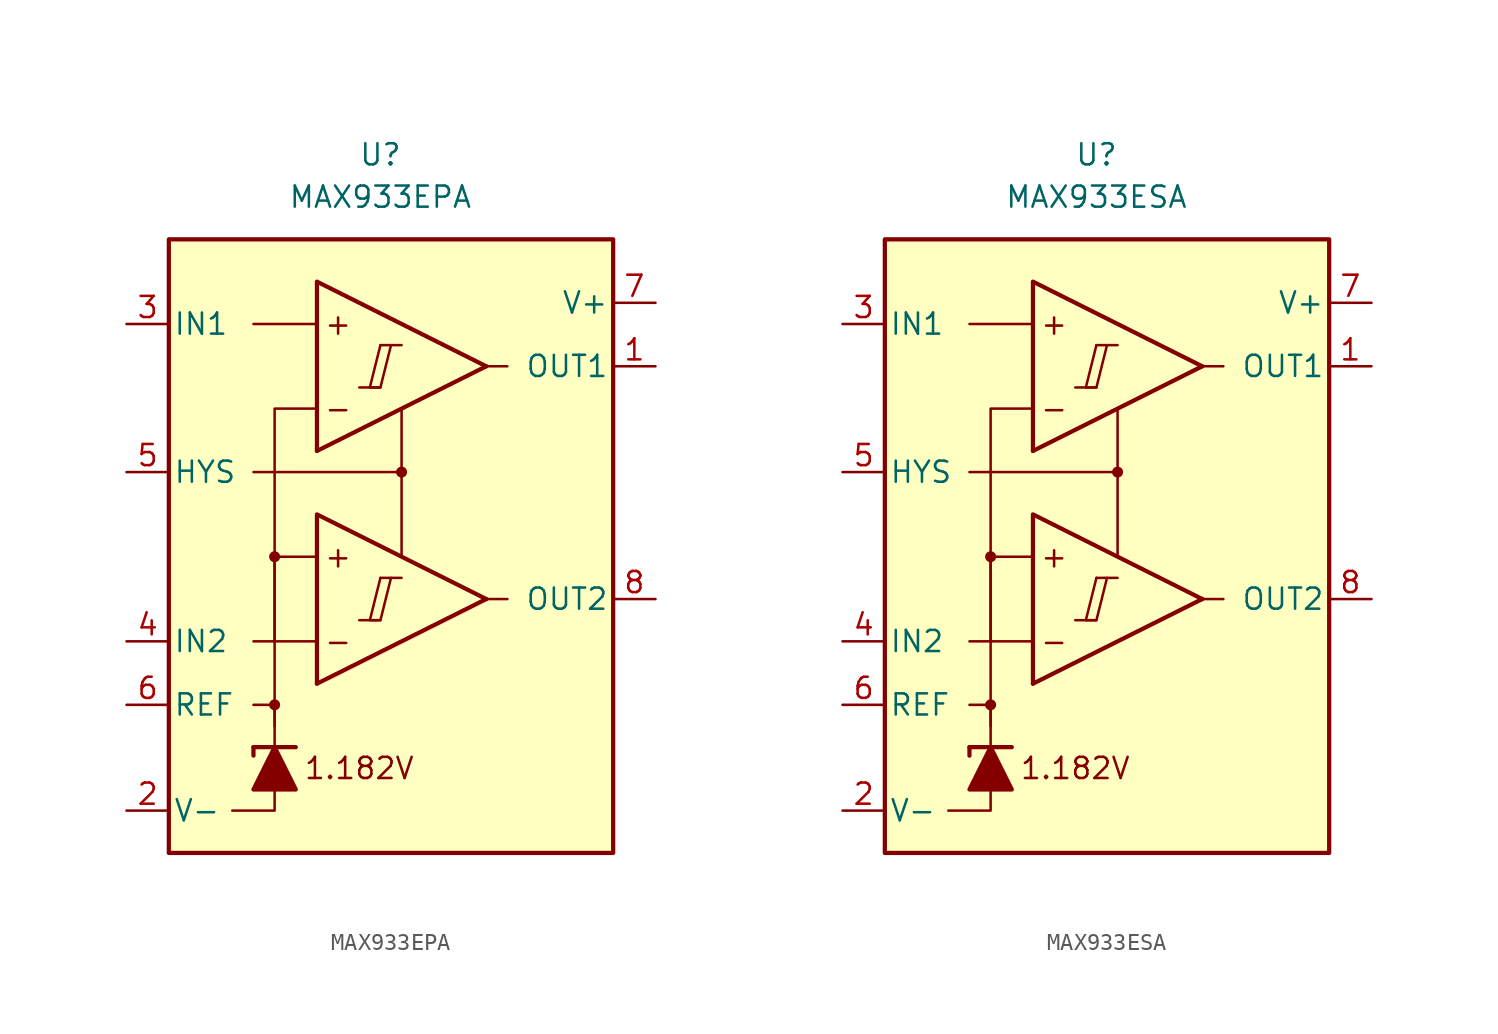
<source format=kicad_sym>
(kicad_symbol_lib
  (version 20211014)
  (generator kicad_symbol_editor)
  (symbol "MAX933EPA"
    (pin_names
      (offset 0.254))
    (property "Reference" "U"
      (at -1.27 22.86 0)
      (effects (font (size 1.27 1.27))))
    (property "Value" "MAX933EPA"
      (at -1.27 20.32 0)
      (effects (font (size 1.27 1.27))))
    (symbol "MAX933EPA_0_0"
      (rectangle (start -13.97 17.78) (end 12.7 -19.05) (stroke (width 0.254) (type default) (color 0 0 0 0)) (fill (type background)))
      (circle (center -7.62 -10.16) (radius 0.254) (stroke (width 0.152) (type default) (color 0 0 0 0)) (fill (type outline)))
      (circle (center -7.62 -1.27) (radius 0.254) (stroke (width 0.152) (type default) (color 0 0 0 0)) (fill (type outline)))
      (polyline (pts (xy -2.54 -5.08) (xy -1.27 -5.08)) (stroke (width 0.152) (type default) (color 0 0 0 0)) (fill (type none)))
      (polyline (pts (xy -2.54 8.89) (xy -1.27 8.89)) (stroke (width 0.152) (type default) (color 0 0 0 0)) (fill (type none)))
      (polyline (pts (xy -1.27 -2.54) (xy 0 -2.54)) (stroke (width 0.152) (type default) (color 0 0 0 0)) (fill (type none)))
      (polyline (pts (xy -1.27 11.43) (xy 0 11.43)) (stroke (width 0.152) (type default) (color 0 0 0 0)) (fill (type none)))
      (polyline (pts (xy 5.08 -3.81) (xy -5.08 -8.89)) (stroke (width 0.254) (type default) (color 0 0 0 0)) (fill (type none)))
      (polyline (pts (xy 5.08 10.16) (xy -5.08 5.08)) (stroke (width 0.254) (type default) (color 0 0 0 0)) (fill (type none)))
      (polyline (pts (xy 5.08 -3.81) (xy -5.08 1.27) (xy -5.08 -8.89)) (stroke (width 0.254) (type default) (color 0 0 0 0)) (fill (type background)))
      (polyline (pts (xy 5.08 10.16) (xy -5.08 15.24) (xy -5.08 5.08)) (stroke (width 0.254) (type default) (color 0 0 0 0)) (fill (type background)))
      (polyline (pts (xy -1.27 -2.54) (xy -1.905 -5.08) (xy -1.27 -5.08) (xy -0.635 -2.54)) (stroke (width 0.152) (type default) (color 0 0 0 0)) (fill (type none)))
      (polyline (pts (xy -1.27 11.43) (xy -1.905 8.89) (xy -1.27 8.89) (xy -0.635 11.43)) (stroke (width 0.152) (type default) (color 0 0 0 0)) (fill (type none)))
      (circle (center 0 3.81) (radius 0.254) (stroke (width 0.152) (type default) (color 0 0 0 0)) (fill (type outline)))
      (text "+" (at -3.81 -1.27 0) (effects (font (size 1.27 1.27))))
      (text "+" (at -3.81 12.7 0) (effects (font (size 1.27 1.27))))
      (text "-" (at -3.81 -6.35 0) (effects (font (size 1.27 1.27))))
      (text "-" (at -3.81 7.62 0) (effects (font (size 1.27 1.27))))
      (text "1.182V" (at -2.54 -13.97 0) (effects (font (size 1.27 1.27)))))
    (symbol "MAX933EPA_0_1"
      (polyline (pts (xy -8.89 -12.7) (xy -8.89 -13.208)) (stroke (width 0.254) (type default) (color 0 0 0 0)) (fill (type none)))
      (polyline (pts (xy -8.89 -12.7) (xy -6.35 -12.7)) (stroke (width 0.254) (type default) (color 0 0 0 0)) (fill (type none)))
      (polyline (pts (xy -5.08 -6.35) (xy -8.89 -6.35)) (stroke (width 0) (type default) (color 0 0 0 0)) (fill (type none)))
      (polyline (pts (xy -5.08 12.7) (xy -8.89 12.7)) (stroke (width 0) (type default) (color 0 0 0 0)) (fill (type none)))
      (polyline (pts (xy 0 3.81) (xy 0 -1.27)) (stroke (width 0) (type default) (color 0 0 0 0)) (fill (type none)))
      (polyline (pts (xy 5.08 -3.81) (xy 6.35 -3.81)) (stroke (width 0) (type default) (color 0 0 0 0)) (fill (type none)))
      (polyline (pts (xy 5.08 10.16) (xy 6.35 10.16)) (stroke (width 0) (type default) (color 0 0 0 0)) (fill (type none)))
      (polyline (pts (xy -7.62 -15.24) (xy -7.62 -16.51) (xy -10.16 -16.51)) (stroke (width 0) (type default) (color 0 0 0 0)) (fill (type none)))
      (polyline (pts (xy -7.62 -12.7) (xy -7.62 -10.16) (xy -8.89 -10.16)) (stroke (width 0) (type default) (color 0 0 0 0)) (fill (type none)))
      (polyline (pts (xy -7.62 -11.43) (xy -7.62 -1.27) (xy -5.08 -1.27)) (stroke (width 0) (type default) (color 0 0 0 0)) (fill (type none)))
      (polyline (pts (xy -7.62 -6.35) (xy -7.62 7.62) (xy -5.08 7.62)) (stroke (width 0) (type default) (color 0 0 0 0)) (fill (type none)))
      (polyline (pts (xy 0 7.62) (xy 0 3.81) (xy -8.89 3.81)) (stroke (width 0) (type default) (color 0 0 0 0)) (fill (type none)))
      (polyline (pts (xy -6.35 -15.24) (xy -8.89 -15.24) (xy -7.62 -12.7) (xy -6.35 -15.24)) (stroke (width 0.254) (type default) (color 0 0 0 0)) (fill (type outline))))
    (symbol "MAX933EPA_1_1"
      (pin output line (at 15.24 10.16 180) (length 2.54) (name "OUT1" (effects (font (size 1.27 1.27)))) (number "1" (effects (font (size 1.27 1.27)))))
      (pin power_in line (at -16.51 -16.51 0) (length 2.54) (name "V-" (effects (font (size 1.27 1.27)))) (number "2" (effects (font (size 1.27 1.27)))))
      (pin input line (at -16.51 12.7 0) (length 2.54) (name "IN1" (effects (font (size 1.27 1.27)))) (number "3" (effects (font (size 1.27 1.27)))))
      (pin input line (at -16.51 -6.35 0) (length 2.54) (name "IN2" (effects (font (size 1.27 1.27)))) (number "4" (effects (font (size 1.27 1.27)))))
      (pin input line (at -16.51 3.81 0) (length 2.54) (name "HYS" (effects (font (size 1.27 1.27)))) (number "5" (effects (font (size 1.27 1.27)))))
      (pin output line (at -16.51 -10.16 0) (length 2.54) (name "REF" (effects (font (size 1.27 1.27)))) (number "6" (effects (font (size 1.27 1.27)))))
      (pin power_in line (at 15.24 13.97 180) (length 2.54) (name "V+" (effects (font (size 1.27 1.27)))) (number "7" (effects (font (size 1.27 1.27)))))
      (pin output line (at 15.24 -3.81 180) (length 2.54) (name "OUT2" (effects (font (size 1.27 1.27)))) (number "8" (effects (font (size 1.27 1.27)))))))
  (symbol "MAX933ESA"
    (pin_names
      (offset 0.254))
    (property "Reference" "U"
      (at -1.27 22.86 0)
      (effects (font (size 1.27 1.27))))
    (property "Value" "MAX933ESA"
      (at -1.27 20.32 0)
      (effects (font (size 1.27 1.27))))
    (symbol "MAX933ESA_0_0"
      (rectangle (start -13.97 17.78) (end 12.7 -19.05) (stroke (width 0.254) (type default) (color 0 0 0 0)) (fill (type background)))
      (circle (center -7.62 -10.16) (radius 0.254) (stroke (width 0.152) (type default) (color 0 0 0 0)) (fill (type outline)))
      (circle (center -7.62 -1.27) (radius 0.254) (stroke (width 0.152) (type default) (color 0 0 0 0)) (fill (type outline)))
      (polyline (pts (xy -2.54 -5.08) (xy -1.27 -5.08)) (stroke (width 0.152) (type default) (color 0 0 0 0)) (fill (type none)))
      (polyline (pts (xy -2.54 8.89) (xy -1.27 8.89)) (stroke (width 0.152) (type default) (color 0 0 0 0)) (fill (type none)))
      (polyline (pts (xy -1.27 -2.54) (xy 0 -2.54)) (stroke (width 0.152) (type default) (color 0 0 0 0)) (fill (type none)))
      (polyline (pts (xy -1.27 11.43) (xy 0 11.43)) (stroke (width 0.152) (type default) (color 0 0 0 0)) (fill (type none)))
      (polyline (pts (xy 5.08 -3.81) (xy -5.08 -8.89)) (stroke (width 0.254) (type default) (color 0 0 0 0)) (fill (type none)))
      (polyline (pts (xy 5.08 10.16) (xy -5.08 5.08)) (stroke (width 0.254) (type default) (color 0 0 0 0)) (fill (type none)))
      (polyline (pts (xy 5.08 -3.81) (xy -5.08 1.27) (xy -5.08 -8.89)) (stroke (width 0.254) (type default) (color 0 0 0 0)) (fill (type background)))
      (polyline (pts (xy 5.08 10.16) (xy -5.08 15.24) (xy -5.08 5.08)) (stroke (width 0.254) (type default) (color 0 0 0 0)) (fill (type background)))
      (polyline (pts (xy -1.27 -2.54) (xy -1.905 -5.08) (xy -1.27 -5.08) (xy -0.635 -2.54)) (stroke (width 0.152) (type default) (color 0 0 0 0)) (fill (type none)))
      (polyline (pts (xy -1.27 11.43) (xy -1.905 8.89) (xy -1.27 8.89) (xy -0.635 11.43)) (stroke (width 0.152) (type default) (color 0 0 0 0)) (fill (type none)))
      (circle (center 0 3.81) (radius 0.254) (stroke (width 0.152) (type default) (color 0 0 0 0)) (fill (type outline)))
      (text "+" (at -3.81 -1.27 0) (effects (font (size 1.27 1.27))))
      (text "+" (at -3.81 12.7 0) (effects (font (size 1.27 1.27))))
      (text "-" (at -3.81 -6.35 0) (effects (font (size 1.27 1.27))))
      (text "-" (at -3.81 7.62 0) (effects (font (size 1.27 1.27))))
      (text "1.182V" (at -2.54 -13.97 0) (effects (font (size 1.27 1.27)))))
    (symbol "MAX933ESA_0_1"
      (polyline (pts (xy -8.89 -12.7) (xy -8.89 -13.208)) (stroke (width 0.254) (type default) (color 0 0 0 0)) (fill (type none)))
      (polyline (pts (xy -8.89 -12.7) (xy -6.35 -12.7)) (stroke (width 0.254) (type default) (color 0 0 0 0)) (fill (type none)))
      (polyline (pts (xy -5.08 -6.35) (xy -8.89 -6.35)) (stroke (width 0) (type default) (color 0 0 0 0)) (fill (type none)))
      (polyline (pts (xy -5.08 12.7) (xy -8.89 12.7)) (stroke (width 0) (type default) (color 0 0 0 0)) (fill (type none)))
      (polyline (pts (xy 0 3.81) (xy 0 -1.27)) (stroke (width 0) (type default) (color 0 0 0 0)) (fill (type none)))
      (polyline (pts (xy 5.08 -3.81) (xy 6.35 -3.81)) (stroke (width 0) (type default) (color 0 0 0 0)) (fill (type none)))
      (polyline (pts (xy 5.08 10.16) (xy 6.35 10.16)) (stroke (width 0) (type default) (color 0 0 0 0)) (fill (type none)))
      (polyline (pts (xy -7.62 -15.24) (xy -7.62 -16.51) (xy -10.16 -16.51)) (stroke (width 0) (type default) (color 0 0 0 0)) (fill (type none)))
      (polyline (pts (xy -7.62 -12.7) (xy -7.62 -10.16) (xy -8.89 -10.16)) (stroke (width 0) (type default) (color 0 0 0 0)) (fill (type none)))
      (polyline (pts (xy -7.62 -11.43) (xy -7.62 -1.27) (xy -5.08 -1.27)) (stroke (width 0) (type default) (color 0 0 0 0)) (fill (type none)))
      (polyline (pts (xy -7.62 -6.35) (xy -7.62 7.62) (xy -5.08 7.62)) (stroke (width 0) (type default) (color 0 0 0 0)) (fill (type none)))
      (polyline (pts (xy 0 7.62) (xy 0 3.81) (xy -8.89 3.81)) (stroke (width 0) (type default) (color 0 0 0 0)) (fill (type none)))
      (polyline (pts (xy -6.35 -15.24) (xy -8.89 -15.24) (xy -7.62 -12.7) (xy -6.35 -15.24)) (stroke (width 0.254) (type default) (color 0 0 0 0)) (fill (type outline))))
    (symbol "MAX933ESA_1_1"
      (pin output line (at 15.24 10.16 180) (length 2.54) (name "OUT1" (effects (font (size 1.27 1.27)))) (number "1" (effects (font (size 1.27 1.27)))))
      (pin power_in line (at -16.51 -16.51 0) (length 2.54) (name "V-" (effects (font (size 1.27 1.27)))) (number "2" (effects (font (size 1.27 1.27)))))
      (pin input line (at -16.51 12.7 0) (length 2.54) (name "IN1" (effects (font (size 1.27 1.27)))) (number "3" (effects (font (size 1.27 1.27)))))
      (pin input line (at -16.51 -6.35 0) (length 2.54) (name "IN2" (effects (font (size 1.27 1.27)))) (number "4" (effects (font (size 1.27 1.27)))))
      (pin input line (at -16.51 3.81 0) (length 2.54) (name "HYS" (effects (font (size 1.27 1.27)))) (number "5" (effects (font (size 1.27 1.27)))))
      (pin output line (at -16.51 -10.16 0) (length 2.54) (name "REF" (effects (font (size 1.27 1.27)))) (number "6" (effects (font (size 1.27 1.27)))))
      (pin power_in line (at 15.24 13.97 180) (length 2.54) (name "V+" (effects (font (size 1.27 1.27)))) (number "7" (effects (font (size 1.27 1.27)))))
      (pin output line (at 15.24 -3.81 180) (length 2.54) (name "OUT2" (effects (font (size 1.27 1.27)))) (number "8" (effects (font (size 1.27 1.27))))))))
</source>
